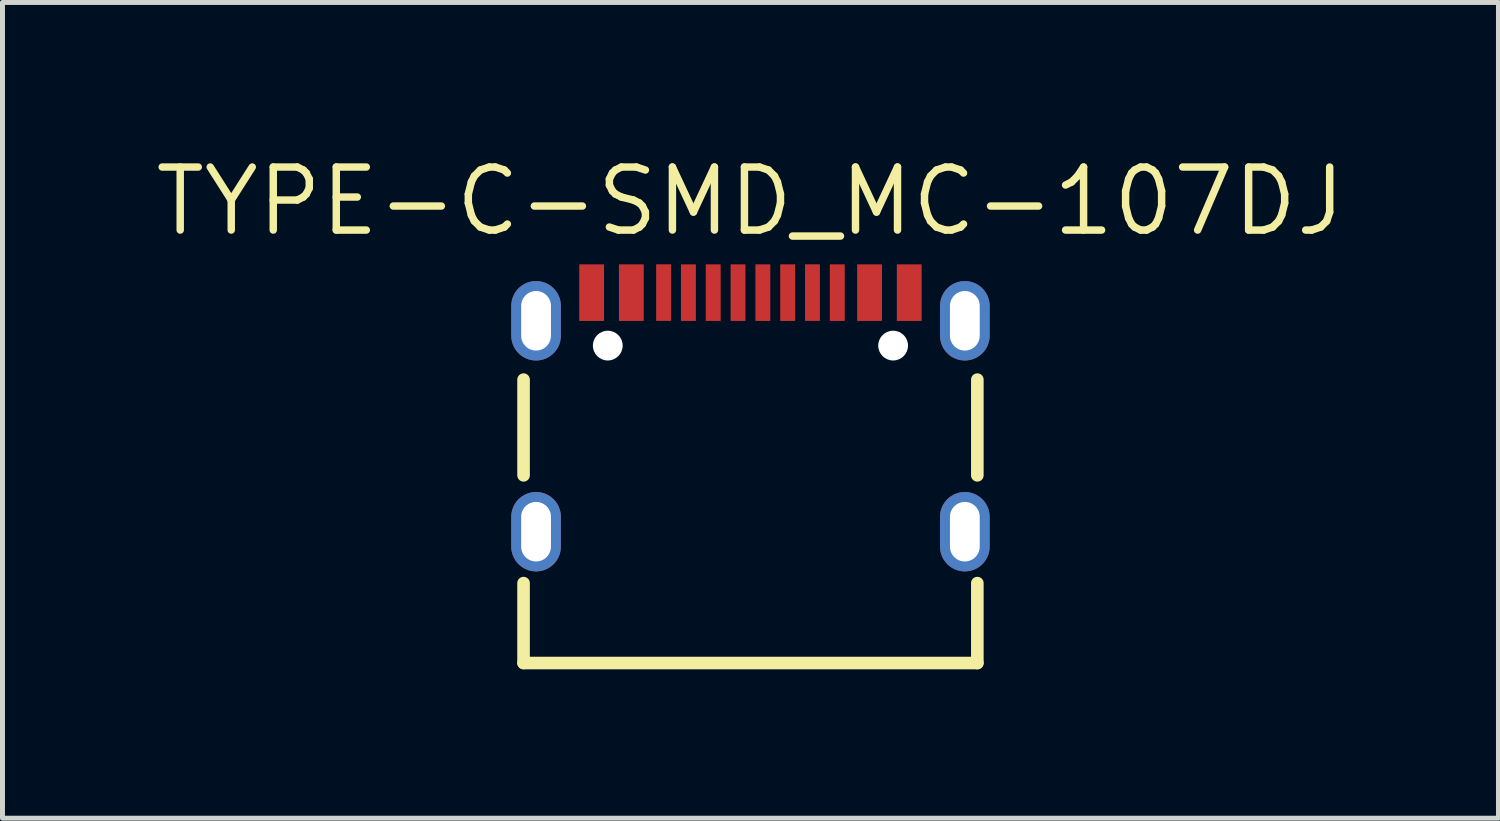
<source format=kicad_pcb>
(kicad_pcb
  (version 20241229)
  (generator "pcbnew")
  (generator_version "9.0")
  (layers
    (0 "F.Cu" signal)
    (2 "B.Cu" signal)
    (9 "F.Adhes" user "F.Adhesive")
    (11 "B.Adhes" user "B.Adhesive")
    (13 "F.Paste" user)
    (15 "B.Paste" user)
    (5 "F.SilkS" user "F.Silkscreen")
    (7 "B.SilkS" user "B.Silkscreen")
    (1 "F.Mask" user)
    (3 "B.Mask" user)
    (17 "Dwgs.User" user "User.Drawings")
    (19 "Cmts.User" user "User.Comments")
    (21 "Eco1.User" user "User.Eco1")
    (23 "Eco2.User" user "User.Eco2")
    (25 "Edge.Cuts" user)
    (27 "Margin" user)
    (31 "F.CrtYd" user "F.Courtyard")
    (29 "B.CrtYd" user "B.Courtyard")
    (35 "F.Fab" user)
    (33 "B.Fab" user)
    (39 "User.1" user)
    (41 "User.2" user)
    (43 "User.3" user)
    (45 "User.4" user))
  (footprint "TYPE-C-SMD_MC-107DJ"
    (layer "F.Cu")
    (at 12.072 5.255)
    (property "Reference" "TYPE-C-SMD_MC-107DJ" (at 0 -4.249 0) (layer "F.SilkS") (effects (font (size 1.27 1.27) (thickness 0.15))))
    (attr smd)
    (fp_line (start -4.572 -0.655) (end -4.572 1.273) (stroke (width 0.254) (type solid)) (layer "F.SilkS"))
    (fp_line (start -4.572 3.445) (end -4.572 5.055) (stroke (width 0.254) (type solid)) (layer "F.SilkS"))
    (fp_line (start -4.572 5.055) (end 4.572 5.055) (stroke (width 0.254) (type solid)) (layer "F.SilkS"))
    (fp_line (start 4.572 1.273) (end 4.572 -0.655) (stroke (width 0.254) (type solid)) (layer "F.SilkS"))
    (fp_line (start 4.572 5.055) (end 4.572 3.445) (stroke (width 0.254) (type solid)) (layer "F.SilkS"))
    (fp_poly (pts (xy -2.95 -1.838) (xy -2.95 -2.978) (xy -3.45 -2.978) (xy -3.45 -1.838)) (stroke (width 0) (type solid)) (fill yes) (layer "F.Paste"))
    (fp_poly (pts (xy -2.65 -2.978) (xy -2.65 -1.838) (xy -2.15 -1.838) (xy -2.15 -2.978)) (stroke (width 0) (type solid)) (fill yes) (layer "F.Paste"))
    (fp_poly (pts (xy -1.9 -2.979) (xy -1.9 -1.839) (xy -1.6 -1.839) (xy -1.6 -2.979)) (stroke (width 0) (type solid)) (fill yes) (layer "F.Paste"))
    (fp_poly (pts (xy -1.4 -2.978) (xy -1.4 -1.838) (xy -1.1 -1.838) (xy -1.1 -2.978)) (stroke (width 0) (type solid)) (fill yes) (layer "F.Paste"))
    (fp_poly (pts (xy -0.9 -2.978) (xy -0.9 -1.838) (xy -0.6 -1.838) (xy -0.6 -2.978)) (stroke (width 0) (type solid)) (fill yes) (layer "F.Paste"))
    (fp_poly (pts (xy -0.1 -1.838) (xy -0.1 -2.978) (xy -0.4 -2.978) (xy -0.4 -1.838)) (stroke (width 0) (type solid)) (fill yes) (layer "F.Paste"))
    (fp_poly (pts (xy 0.4 -1.838) (xy 0.4 -2.978) (xy 0.1 -2.978) (xy 0.1 -1.838)) (stroke (width 0) (type solid)) (fill yes) (layer "F.Paste"))
    (fp_poly (pts (xy 0.9 -1.838) (xy 0.9 -2.978) (xy 0.6 -2.978) (xy 0.6 -1.838)) (stroke (width 0) (type solid)) (fill yes) (layer "F.Paste"))
    (fp_poly (pts (xy 1.1 -2.979) (xy 1.1 -1.839) (xy 1.4 -1.839) (xy 1.4 -2.979)) (stroke (width 0) (type solid)) (fill yes) (layer "F.Paste"))
    (fp_poly (pts (xy 1.9 -1.838) (xy 1.9 -2.978) (xy 1.6 -2.978) (xy 1.6 -1.838)) (stroke (width 0) (type solid)) (fill yes) (layer "F.Paste"))
    (fp_poly (pts (xy 2.65 -1.838) (xy 2.65 -2.978) (xy 2.15 -2.978) (xy 2.15 -1.838)) (stroke (width 0) (type solid)) (fill yes) (layer "F.Paste"))
    (fp_poly (pts (xy 3.45 -1.838) (xy 3.45 -2.978) (xy 2.95 -2.978) (xy 2.95 -1.838)) (stroke (width 0) (type solid)) (fill yes) (layer "F.Paste"))
    (fp_poly (pts (xy -4.283 -2.639) (xy -4.308 -2.641) (xy -4.333 -2.641) (xy -4.357 -2.639) (xy -4.382 -2.637) (xy -4.407 -2.633) (xy -4.431 -2.628) (xy -4.455 -2.622) (xy -4.479 -2.615) (xy -4.503 -2.606) (xy -4.526 -2.597) (xy -4.548 -2.586) (xy -4.57 -2.574) (xy -4.591 -2.561) (xy -4.612 -2.547) (xy -4.632 -2.532) (xy -4.651 -2.516) (xy -4.669 -2.499) (xy -4.687 -2.481) (xy -4.703 -2.462) (xy -4.719 -2.443) (xy -4.733 -2.423) (xy -4.747 -2.402) (xy -4.759 -2.38) (xy -4.771 -2.358) (xy -4.781 -2.335) (xy -4.79 -2.312) (xy -4.798 -2.288) (xy -4.805 -2.264) (xy -4.81 -2.24) (xy -4.814 -2.215) (xy -4.818 -2.191) (xy -4.819 -2.166) (xy -4.82 -2.141) (xy -4.82 -1.541) (xy -4.819 -1.516) (xy -4.818 -1.491) (xy -4.814 -1.466) (xy -4.81 -1.442) (xy -4.805 -1.417) (xy -4.798 -1.393) (xy -4.79 -1.37) (xy -4.781 -1.347) (xy -4.771 -1.324) (xy -4.759 -1.302) (xy -4.747 -1.28) (xy -4.733 -1.259) (xy -4.719 -1.239) (xy -4.703 -1.219) (xy -4.687 -1.201) (xy -4.669 -1.183) (xy -4.651 -1.166) (xy -4.632 -1.15) (xy -4.612 -1.135) (xy -4.591 -1.121) (xy -4.57 -1.108) (xy -4.548 -1.096) (xy -4.526 -1.085) (xy -4.503 -1.075) (xy -4.479 -1.067) (xy -4.455 -1.06) (xy -4.431 -1.053) (xy -4.407 -1.048) (xy -4.382 -1.045) (xy -4.357 -1.042) (xy -4.333 -1.041) (xy -4.308 -1.041) (xy -4.283 -1.042) (xy -4.258 -1.045) (xy -4.233 -1.048) (xy -4.209 -1.053) (xy -4.185 -1.06) (xy -4.161 -1.067) (xy -4.137 -1.075) (xy -4.114 -1.085) (xy -4.092 -1.096) (xy -4.07 -1.108) (xy -4.049 -1.121) (xy -4.028 -1.135) (xy -4.008 -1.15) (xy -3.989 -1.166) (xy -3.971 -1.183) (xy -3.954 -1.201) (xy -3.937 -1.219) (xy -3.921 -1.239) (xy -3.907 -1.259) (xy -3.893 -1.28) (xy -3.881 -1.302) (xy -3.87 -1.324) (xy -3.859 -1.347) (xy -3.85 -1.37) (xy -3.842 -1.393) (xy -3.836 -1.417) (xy -3.83 -1.442) (xy -3.826 -1.466) (xy -3.823 -1.491) (xy -3.821 -1.516) (xy -3.82 -1.541) (xy -3.82 -2.141) (xy -3.821 -2.166) (xy -3.823 -2.191) (xy -3.826 -2.215) (xy -3.83 -2.24) (xy -3.836 -2.264) (xy -3.842 -2.288) (xy -3.85 -2.312) (xy -3.859 -2.335) (xy -3.87 -2.358) (xy -3.881 -2.38) (xy -3.893 -2.402) (xy -3.907 -2.423) (xy -3.921 -2.443) (xy -3.937 -2.462) (xy -3.954 -2.481) (xy -3.971 -2.499) (xy -3.989 -2.516) (xy -4.008 -2.532) (xy -4.028 -2.547) (xy -4.049 -2.561) (xy -4.07 -2.574) (xy -4.092 -2.586) (xy -4.114 -2.597) (xy -4.137 -2.606) (xy -4.161 -2.615) (xy -4.185 -2.622) (xy -4.209 -2.628) (xy -4.233 -2.633) (xy -4.258 -2.637)) (stroke (width 0) (type solid)) (fill yes) (layer "F.Paste"))
    (fp_poly (pts (xy -4.283 1.61) (xy -4.308 1.609) (xy -4.333 1.609) (xy -4.357 1.61) (xy -4.382 1.613) (xy -4.407 1.617) (xy -4.431 1.622) (xy -4.455 1.628) (xy -4.479 1.635) (xy -4.503 1.644) (xy -4.526 1.653) (xy -4.548 1.664) (xy -4.57 1.676) (xy -4.591 1.689) (xy -4.612 1.703) (xy -4.632 1.718) (xy -4.651 1.734) (xy -4.669 1.751) (xy -4.687 1.769) (xy -4.703 1.788) (xy -4.719 1.807) (xy -4.733 1.827) (xy -4.747 1.848) (xy -4.759 1.87) (xy -4.771 1.892) (xy -4.781 1.915) (xy -4.79 1.938) (xy -4.798 1.962) (xy -4.805 1.986) (xy -4.81 2.01) (xy -4.814 2.034) (xy -4.818 2.059) (xy -4.819 2.084) (xy -4.82 2.109) (xy -4.82 2.709) (xy -4.819 2.734) (xy -4.818 2.759) (xy -4.814 2.784) (xy -4.81 2.808) (xy -4.805 2.832) (xy -4.798 2.856) (xy -4.79 2.88) (xy -4.781 2.903) (xy -4.771 2.926) (xy -4.759 2.948) (xy -4.747 2.97) (xy -4.733 2.991) (xy -4.719 3.011) (xy -4.703 3.03) (xy -4.687 3.049) (xy -4.669 3.067) (xy -4.651 3.084) (xy -4.632 3.1) (xy -4.612 3.115) (xy -4.591 3.129) (xy -4.57 3.142) (xy -4.548 3.154) (xy -4.526 3.165) (xy -4.503 3.174) (xy -4.479 3.183) (xy -4.455 3.19) (xy -4.431 3.196) (xy -4.407 3.201) (xy -4.382 3.205) (xy -4.357 3.208) (xy -4.333 3.209) (xy -4.308 3.209) (xy -4.283 3.208) (xy -4.258 3.205) (xy -4.233 3.201) (xy -4.209 3.196) (xy -4.185 3.19) (xy -4.161 3.183) (xy -4.137 3.174) (xy -4.114 3.165) (xy -4.092 3.154) (xy -4.07 3.142) (xy -4.049 3.129) (xy -4.028 3.115) (xy -4.008 3.1) (xy -3.989 3.084) (xy -3.971 3.067) (xy -3.954 3.049) (xy -3.937 3.03) (xy -3.921 3.011) (xy -3.907 2.991) (xy -3.893 2.97) (xy -3.881 2.948) (xy -3.87 2.926) (xy -3.859 2.903) (xy -3.85 2.88) (xy -3.842 2.856) (xy -3.836 2.832) (xy -3.83 2.808) (xy -3.826 2.784) (xy -3.823 2.759) (xy -3.821 2.734) (xy -3.82 2.709) (xy -3.82 2.109) (xy -3.821 2.084) (xy -3.823 2.059) (xy -3.826 2.034) (xy -3.83 2.01) (xy -3.836 1.986) (xy -3.842 1.962) (xy -3.85 1.938) (xy -3.859 1.915) (xy -3.87 1.892) (xy -3.881 1.87) (xy -3.893 1.848) (xy -3.907 1.827) (xy -3.921 1.807) (xy -3.937 1.788) (xy -3.954 1.769) (xy -3.971 1.751) (xy -3.989 1.734) (xy -4.008 1.718) (xy -4.028 1.703) (xy -4.049 1.689) (xy -4.07 1.676) (xy -4.092 1.664) (xy -4.114 1.653) (xy -4.137 1.644) (xy -4.161 1.635) (xy -4.185 1.628) (xy -4.209 1.622) (xy -4.233 1.617) (xy -4.258 1.613)) (stroke (width 0) (type solid)) (fill yes) (layer "F.Paste"))
    (fp_poly (pts (xy 4.357 -2.64) (xy 4.333 -2.641) (xy 4.308 -2.641) (xy 4.283 -2.64) (xy 4.258 -2.637) (xy 4.233 -2.634) (xy 4.209 -2.629) (xy 4.185 -2.622) (xy 4.161 -2.615) (xy 4.137 -2.607) (xy 4.114 -2.597) (xy 4.092 -2.586) (xy 4.07 -2.574) (xy 4.049 -2.561) (xy 4.028 -2.547) (xy 4.008 -2.532) (xy 3.989 -2.516) (xy 3.971 -2.499) (xy 3.954 -2.481) (xy 3.937 -2.463) (xy 3.921 -2.443) (xy 3.907 -2.423) (xy 3.893 -2.402) (xy 3.881 -2.38) (xy 3.87 -2.358) (xy 3.859 -2.335) (xy 3.85 -2.312) (xy 3.842 -2.288) (xy 3.836 -2.264) (xy 3.83 -2.24) (xy 3.826 -2.216) (xy 3.823 -2.191) (xy 3.821 -2.166) (xy 3.82 -2.141) (xy 3.82 -1.541) (xy 3.821 -1.516) (xy 3.823 -1.491) (xy 3.826 -1.467) (xy 3.83 -1.442) (xy 3.836 -1.418) (xy 3.842 -1.394) (xy 3.85 -1.37) (xy 3.859 -1.347) (xy 3.87 -1.324) (xy 3.881 -1.302) (xy 3.893 -1.28) (xy 3.907 -1.259) (xy 3.921 -1.239) (xy 3.937 -1.22) (xy 3.954 -1.201) (xy 3.971 -1.183) (xy 3.989 -1.166) (xy 4.008 -1.15) (xy 4.028 -1.135) (xy 4.049 -1.121) (xy 4.07 -1.108) (xy 4.092 -1.096) (xy 4.114 -1.085) (xy 4.137 -1.076) (xy 4.161 -1.067) (xy 4.185 -1.06) (xy 4.209 -1.054) (xy 4.233 -1.049) (xy 4.258 -1.045) (xy 4.283 -1.043) (xy 4.308 -1.041) (xy 4.333 -1.041) (xy 4.357 -1.043) (xy 4.382 -1.045) (xy 4.407 -1.049) (xy 4.431 -1.054) (xy 4.455 -1.06) (xy 4.479 -1.067) (xy 4.503 -1.076) (xy 4.526 -1.085) (xy 4.548 -1.096) (xy 4.57 -1.108) (xy 4.591 -1.121) (xy 4.612 -1.135) (xy 4.632 -1.15) (xy 4.651 -1.166) (xy 4.669 -1.183) (xy 4.687 -1.201) (xy 4.703 -1.22) (xy 4.719 -1.239) (xy 4.733 -1.259) (xy 4.747 -1.28) (xy 4.759 -1.302) (xy 4.771 -1.324) (xy 4.781 -1.347) (xy 4.79 -1.37) (xy 4.798 -1.394) (xy 4.805 -1.418) (xy 4.81 -1.442) (xy 4.814 -1.467) (xy 4.818 -1.491) (xy 4.819 -1.516) (xy 4.82 -1.541) (xy 4.82 -2.141) (xy 4.819 -2.166) (xy 4.818 -2.191) (xy 4.814 -2.216) (xy 4.81 -2.24) (xy 4.805 -2.264) (xy 4.798 -2.288) (xy 4.79 -2.312) (xy 4.781 -2.335) (xy 4.771 -2.358) (xy 4.759 -2.38) (xy 4.747 -2.402) (xy 4.733 -2.423) (xy 4.719 -2.443) (xy 4.703 -2.463) (xy 4.687 -2.481) (xy 4.669 -2.499) (xy 4.651 -2.516) (xy 4.632 -2.532) (xy 4.612 -2.547) (xy 4.591 -2.561) (xy 4.57 -2.574) (xy 4.548 -2.586) (xy 4.526 -2.597) (xy 4.503 -2.607) (xy 4.479 -2.615) (xy 4.455 -2.622) (xy 4.431 -2.629) (xy 4.407 -2.634) (xy 4.382 -2.637)) (stroke (width 0) (type solid)) (fill yes) (layer "F.Paste"))
    (fp_poly (pts (xy 4.357 1.61) (xy 4.333 1.609) (xy 4.308 1.609) (xy 4.283 1.61) (xy 4.258 1.613) (xy 4.233 1.617) (xy 4.209 1.622) (xy 4.185 1.628) (xy 4.161 1.635) (xy 4.137 1.644) (xy 4.114 1.653) (xy 4.092 1.664) (xy 4.07 1.676) (xy 4.049 1.689) (xy 4.028 1.703) (xy 4.008 1.718) (xy 3.989 1.734) (xy 3.971 1.751) (xy 3.954 1.769) (xy 3.937 1.788) (xy 3.921 1.807) (xy 3.907 1.827) (xy 3.893 1.848) (xy 3.881 1.87) (xy 3.87 1.892) (xy 3.859 1.915) (xy 3.85 1.938) (xy 3.842 1.962) (xy 3.836 1.986) (xy 3.83 2.01) (xy 3.826 2.034) (xy 3.823 2.059) (xy 3.821 2.084) (xy 3.82 2.109) (xy 3.82 2.709) (xy 3.821 2.734) (xy 3.823 2.759) (xy 3.826 2.784) (xy 3.83 2.808) (xy 3.836 2.832) (xy 3.842 2.856) (xy 3.85 2.88) (xy 3.859 2.903) (xy 3.87 2.926) (xy 3.881 2.948) (xy 3.893 2.97) (xy 3.907 2.991) (xy 3.921 3.011) (xy 3.937 3.03) (xy 3.954 3.049) (xy 3.971 3.067) (xy 3.989 3.084) (xy 4.008 3.1) (xy 4.028 3.115) (xy 4.049 3.129) (xy 4.07 3.142) (xy 4.092 3.154) (xy 4.114 3.165) (xy 4.137 3.174) (xy 4.161 3.183) (xy 4.185 3.19) (xy 4.209 3.196) (xy 4.233 3.201) (xy 4.258 3.205) (xy 4.283 3.208) (xy 4.308 3.209) (xy 4.333 3.209) (xy 4.357 3.208) (xy 4.382 3.205) (xy 4.407 3.201) (xy 4.431 3.196) (xy 4.455 3.19) (xy 4.479 3.183) (xy 4.503 3.174) (xy 4.526 3.165) (xy 4.548 3.154) (xy 4.57 3.142) (xy 4.591 3.129) (xy 4.612 3.115) (xy 4.632 3.1) (xy 4.651 3.084) (xy 4.669 3.067) (xy 4.687 3.049) (xy 4.703 3.03) (xy 4.719 3.011) (xy 4.733 2.991) (xy 4.747 2.97) (xy 4.759 2.948) (xy 4.771 2.926) (xy 4.781 2.903) (xy 4.79 2.88) (xy 4.798 2.856) (xy 4.805 2.832) (xy 4.81 2.808) (xy 4.814 2.784) (xy 4.818 2.759) (xy 4.819 2.734) (xy 4.82 2.709) (xy 4.82 2.109) (xy 4.819 2.084) (xy 4.818 2.059) (xy 4.814 2.034) (xy 4.81 2.01) (xy 4.805 1.986) (xy 4.798 1.962) (xy 4.79 1.938) (xy 4.781 1.915) (xy 4.771 1.892) (xy 4.759 1.87) (xy 4.747 1.848) (xy 4.733 1.827) (xy 4.719 1.807) (xy 4.703 1.788) (xy 4.687 1.769) (xy 4.669 1.751) (xy 4.651 1.734) (xy 4.632 1.718) (xy 4.612 1.703) (xy 4.591 1.689) (xy 4.57 1.676) (xy 4.548 1.664) (xy 4.526 1.653) (xy 4.503 1.644) (xy 4.479 1.635) (xy 4.455 1.628) (xy 4.431 1.622) (xy 4.407 1.617) (xy 4.382 1.613)) (stroke (width 0) (type solid)) (fill yes) (layer "F.Paste"))
    (fp_circle (center -2.875 -1.341) (end -2.75 -1.341) (stroke (width 0.25) (type solid)) (fill no) (layer "Cmts.User"))
    (fp_circle (center 2.875 -1.341) (end 3 -1.341) (stroke (width 0.25) (type solid)) (fill no) (layer "Cmts.User"))
    (fp_text user "" (at 0 0 0) (layer "Cmts.User") (effects (font (size 1 1) (thickness 0.15))))
    (pad "" np_thru_hole circle (at -2.875 -1.341) (size 0.6 0.6) (drill 0.6) (layers "*.Cu" "*.Mask"))
    (pad "" np_thru_hole circle (at 2.875 -1.341) (size 0.6 0.6) (drill 0.6) (layers "*.Cu" "*.Mask"))
    (pad "1" thru_hole oval (at -4.32 -1.841) (size 1 1.6) (drill oval 0.6 1.2) (layers "*.Cu" "*.Paste" "*.Mask"))
    (pad "1" thru_hole oval (at -4.32 2.409) (size 1 1.6) (drill oval 0.6 1.2) (layers "*.Cu" "*.Paste" "*.Mask"))
    (pad "1" thru_hole oval (at 4.32 -1.841) (size 1 1.6) (drill oval 0.6 1.2) (layers "*.Cu" "*.Paste" "*.Mask"))
    (pad "1" thru_hole oval (at 4.32 2.409) (size 1 1.6) (drill oval 0.6 1.2) (layers "*.Cu" "*.Paste" "*.Mask"))
    (pad "A1" smd rect (at -3.2 -2.408) (size 0.5 1.14) (layers "F.Cu" "F.Mask" "F.Paste"))
    (pad "A4" smd rect (at -2.4 -2.408) (size 0.5 1.14) (layers "F.Cu" "F.Mask" "F.Paste"))
    (pad "A5" smd rect (at -1.25 -2.408) (size 0.3 1.14) (layers "F.Cu" "F.Mask" "F.Paste"))
    (pad "A6" smd rect (at -0.25 -2.408) (size 0.3 1.14) (layers "F.Cu" "F.Mask" "F.Paste"))
    (pad "A7" smd rect (at 0.25 -2.408) (size 0.3 1.14) (layers "F.Cu" "F.Mask" "F.Paste"))
    (pad "A8" smd rect (at 1.25 -2.409) (size 0.3 1.14) (layers "F.Cu" "F.Mask" "F.Paste"))
    (pad "A9" smd rect (at 2.4 -2.408) (size 0.5 1.14) (layers "F.Cu" "F.Mask" "F.Paste"))
    (pad "A12" smd rect (at 3.2 -2.408) (size 0.5 1.14) (layers "F.Cu" "F.Mask" "F.Paste"))
    (pad "B5" smd rect (at 1.75 -2.408) (size 0.3 1.14) (layers "F.Cu" "F.Mask" "F.Paste"))
    (pad "B6" smd rect (at 0.75 -2.408) (size 0.3 1.14) (layers "F.Cu" "F.Mask" "F.Paste"))
    (pad "B7" smd rect (at -0.75 -2.408) (size 0.3 1.14) (layers "F.Cu" "F.Mask" "F.Paste"))
    (pad "B8" smd rect (at -1.75 -2.409) (size 0.3 1.14) (layers "F.Cu" "F.Mask" "F.Paste")))
  (gr_rect
    (start -3 -3)
    (end 27.145 13.437)
    (stroke (width 0.1) (type default))
    (fill no)
    (layer "Edge.Cuts")))
</source>
